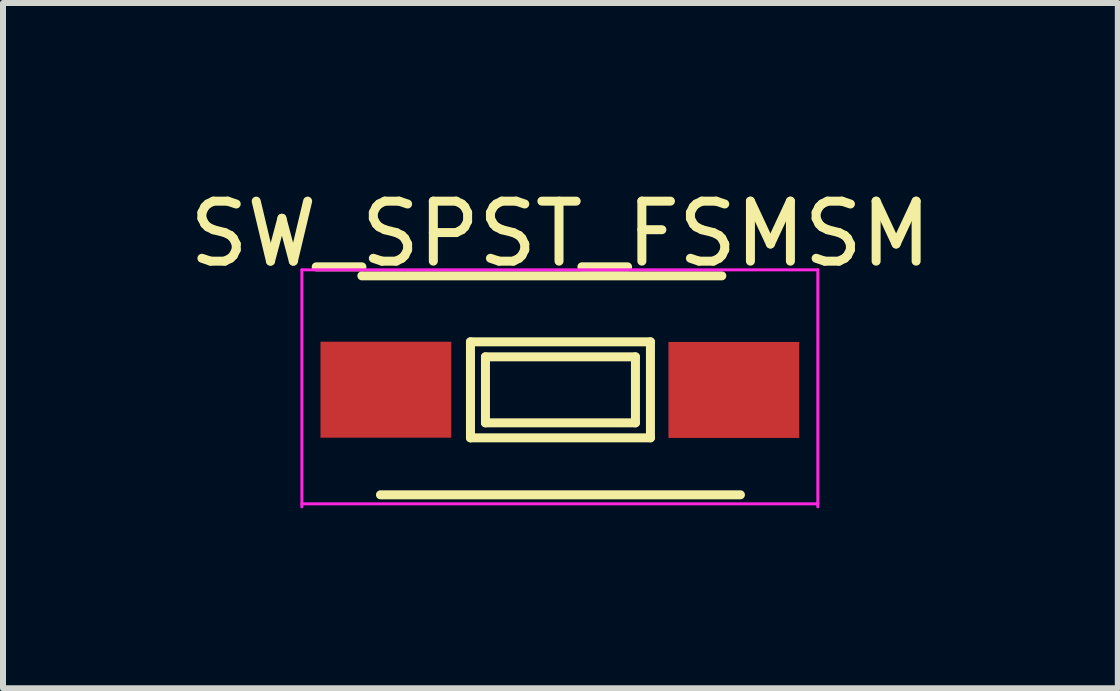
<source format=kicad_pcb>
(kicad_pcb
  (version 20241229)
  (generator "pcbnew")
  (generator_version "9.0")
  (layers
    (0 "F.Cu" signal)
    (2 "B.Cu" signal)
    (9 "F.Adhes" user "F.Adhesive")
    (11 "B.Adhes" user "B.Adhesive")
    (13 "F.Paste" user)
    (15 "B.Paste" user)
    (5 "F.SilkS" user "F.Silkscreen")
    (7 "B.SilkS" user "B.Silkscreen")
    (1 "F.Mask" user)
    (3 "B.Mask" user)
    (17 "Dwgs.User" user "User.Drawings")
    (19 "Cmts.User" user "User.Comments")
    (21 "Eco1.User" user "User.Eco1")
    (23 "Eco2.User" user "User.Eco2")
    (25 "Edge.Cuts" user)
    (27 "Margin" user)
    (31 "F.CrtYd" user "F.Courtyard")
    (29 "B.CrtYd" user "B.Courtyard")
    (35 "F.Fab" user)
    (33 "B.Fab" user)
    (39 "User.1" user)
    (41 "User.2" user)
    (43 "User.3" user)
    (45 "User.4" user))
  (footprint "SW_SPST_FSMSM"
    (layer "F.Cu")
    (at 6.282 3.448)
    (property "Reference" "SW_SPST_FSMSM" (at 0.01 -2.6 0) (layer "F.SilkS") (effects (font (size 1 1) (thickness 0.15))))
    (attr smd)
    (fp_line (start -3.3 -1.9) (end 2.7 -1.9) (stroke (width 0.15) (type solid)) (layer "F.SilkS"))
    (fp_line (start -2.99 1.75) (end 3.01 1.75) (stroke (width 0.15) (type solid)) (layer "F.SilkS"))
    (fp_line (start -1.49 -0.8) (end -1.49 0.8) (stroke (width 0.15) (type solid)) (layer "F.SilkS"))
    (fp_line (start -1.49 -0.8) (end 1.51 -0.8) (stroke (width 0.15) (type solid)) (layer "F.SilkS"))
    (fp_line (start -1.49 0.8) (end 1.51 0.8) (stroke (width 0.15) (type solid)) (layer "F.SilkS"))
    (fp_line (start -1.24 -0.55) (end 1.26 -0.55) (stroke (width 0.15) (type solid)) (layer "F.SilkS"))
    (fp_line (start -1.24 0.55) (end -1.24 -0.55) (stroke (width 0.15) (type solid)) (layer "F.SilkS"))
    (fp_line (start 1.26 -0.55) (end 1.26 0.55) (stroke (width 0.15) (type solid)) (layer "F.SilkS"))
    (fp_line (start 1.26 0.55) (end -1.24 0.55) (stroke (width 0.15) (type solid)) (layer "F.SilkS"))
    (fp_line (start 1.51 -0.8) (end 1.51 0.8) (stroke (width 0.15) (type solid)) (layer "F.SilkS"))
    (fp_line (start -4.3 -2) (end -4.3 1.95) (stroke (width 0.05) (type solid)) (layer "F.CrtYd"))
    (fp_line (start -4.3 -2) (end 4.3 -2) (stroke (width 0.05) (type solid)) (layer "F.CrtYd"))
    (fp_line (start -4.3 1.9) (end 4.3 1.9) (stroke (width 0.05) (type solid)) (layer "F.CrtYd"))
    (fp_line (start 4.3 -2) (end 4.3 1.95) (stroke (width 0.05) (type solid)) (layer "F.CrtYd"))
    (pad "1" smd rect (at -2.9 -0.002) (size 2.18 1.6) (layers "F.Cu" "F.Mask" "F.Paste"))
    (pad "2" smd rect (at 2.9 0.002) (size 2.18 1.6) (layers "F.Cu" "F.Mask" "F.Paste")))
  (gr_rect
    (start -3 -3)
    (end 15.583 8.423)
    (stroke (width 0.1) (type default))
    (fill no)
    (layer "Edge.Cuts")))
</source>
